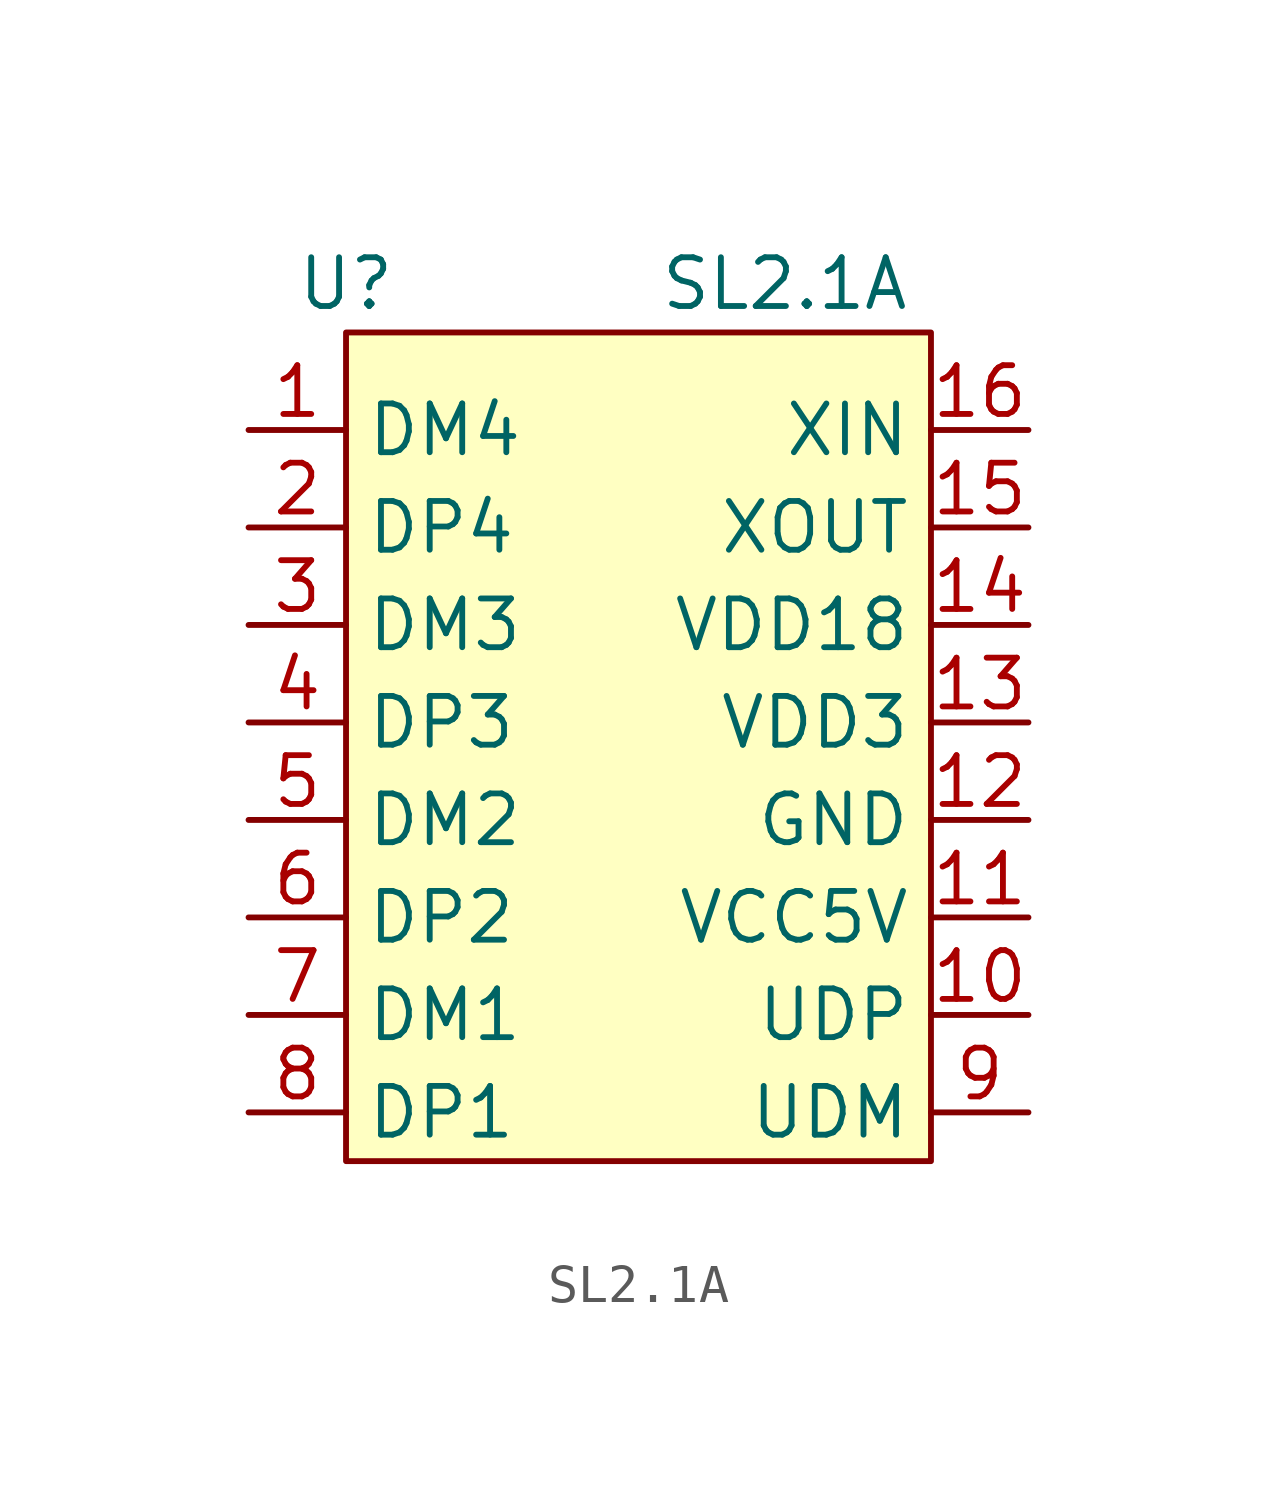
<source format=kicad_sym>
(kicad_symbol_lib
  (version 20220914)
  (generator kicad_symbol_editor)
  (symbol "SL2.1A"
    (property "Reference" "U"
      (at -7.62 12.7 0)
      (effects (font (size 1.27 1.27))))
    (property "Value" "SL2.1A"
      (at 3.81 12.7 0)
      (effects (font (size 1.27 1.27))))
    (symbol "SL2.1A_1_1"
      (rectangle (start -7.62 11.43) (end 7.62 -10.16) (stroke (width 0) (type default)) (fill (type background)))
      (pin bidirectional line (at -10.16 8.89 0) (length 2.54) (name "DM4" (effects (font (size 1.27 1.27)))) (number "1" (effects (font (size 1.27 1.27)))))
      (pin bidirectional line (at 10.16 -6.35 180) (length 2.54) (name "UDP" (effects (font (size 1.27 1.27)))) (number "10" (effects (font (size 1.27 1.27)))))
      (pin power_in line (at 10.16 -3.81 180) (length 2.54) (name "VCC5V" (effects (font (size 1.27 1.27)))) (number "11" (effects (font (size 1.27 1.27)))))
      (pin power_in line (at 10.16 -1.27 180) (length 2.54) (name "GND" (effects (font (size 1.27 1.27)))) (number "12" (effects (font (size 1.27 1.27)))))
      (pin power_out line (at 10.16 1.27 180) (length 2.54) (name "VDD3" (effects (font (size 1.27 1.27)))) (number "13" (effects (font (size 1.27 1.27)))))
      (pin power_out line (at 10.16 3.81 180) (length 2.54) (name "VDD18" (effects (font (size 1.27 1.27)))) (number "14" (effects (font (size 1.27 1.27)))))
      (pin output line (at 10.16 6.35 180) (length 2.54) (name "XOUT" (effects (font (size 1.27 1.27)))) (number "15" (effects (font (size 1.27 1.27)))))
      (pin input line (at 10.16 8.89 180) (length 2.54) (name "XIN" (effects (font (size 1.27 1.27)))) (number "16" (effects (font (size 1.27 1.27)))))
      (pin bidirectional line (at -10.16 6.35 0) (length 2.54) (name "DP4" (effects (font (size 1.27 1.27)))) (number "2" (effects (font (size 1.27 1.27)))))
      (pin bidirectional line (at -10.16 3.81 0) (length 2.54) (name "DM3" (effects (font (size 1.27 1.27)))) (number "3" (effects (font (size 1.27 1.27)))))
      (pin bidirectional line (at -10.16 1.27 0) (length 2.54) (name "DP3" (effects (font (size 1.27 1.27)))) (number "4" (effects (font (size 1.27 1.27)))))
      (pin bidirectional line (at -10.16 -1.27 0) (length 2.54) (name "DM2" (effects (font (size 1.27 1.27)))) (number "5" (effects (font (size 1.27 1.27)))))
      (pin bidirectional line (at -10.16 -3.81 0) (length 2.54) (name "DP2" (effects (font (size 1.27 1.27)))) (number "6" (effects (font (size 1.27 1.27)))))
      (pin bidirectional line (at -10.16 -6.35 0) (length 2.54) (name "DM1" (effects (font (size 1.27 1.27)))) (number "7" (effects (font (size 1.27 1.27)))))
      (pin bidirectional line (at -10.16 -8.89 0) (length 2.54) (name "DP1" (effects (font (size 1.27 1.27)))) (number "8" (effects (font (size 1.27 1.27)))))
      (pin bidirectional line (at 10.16 -8.89 180) (length 2.54) (name "UDM" (effects (font (size 1.27 1.27)))) (number "9" (effects (font (size 1.27 1.27))))))))
</source>
